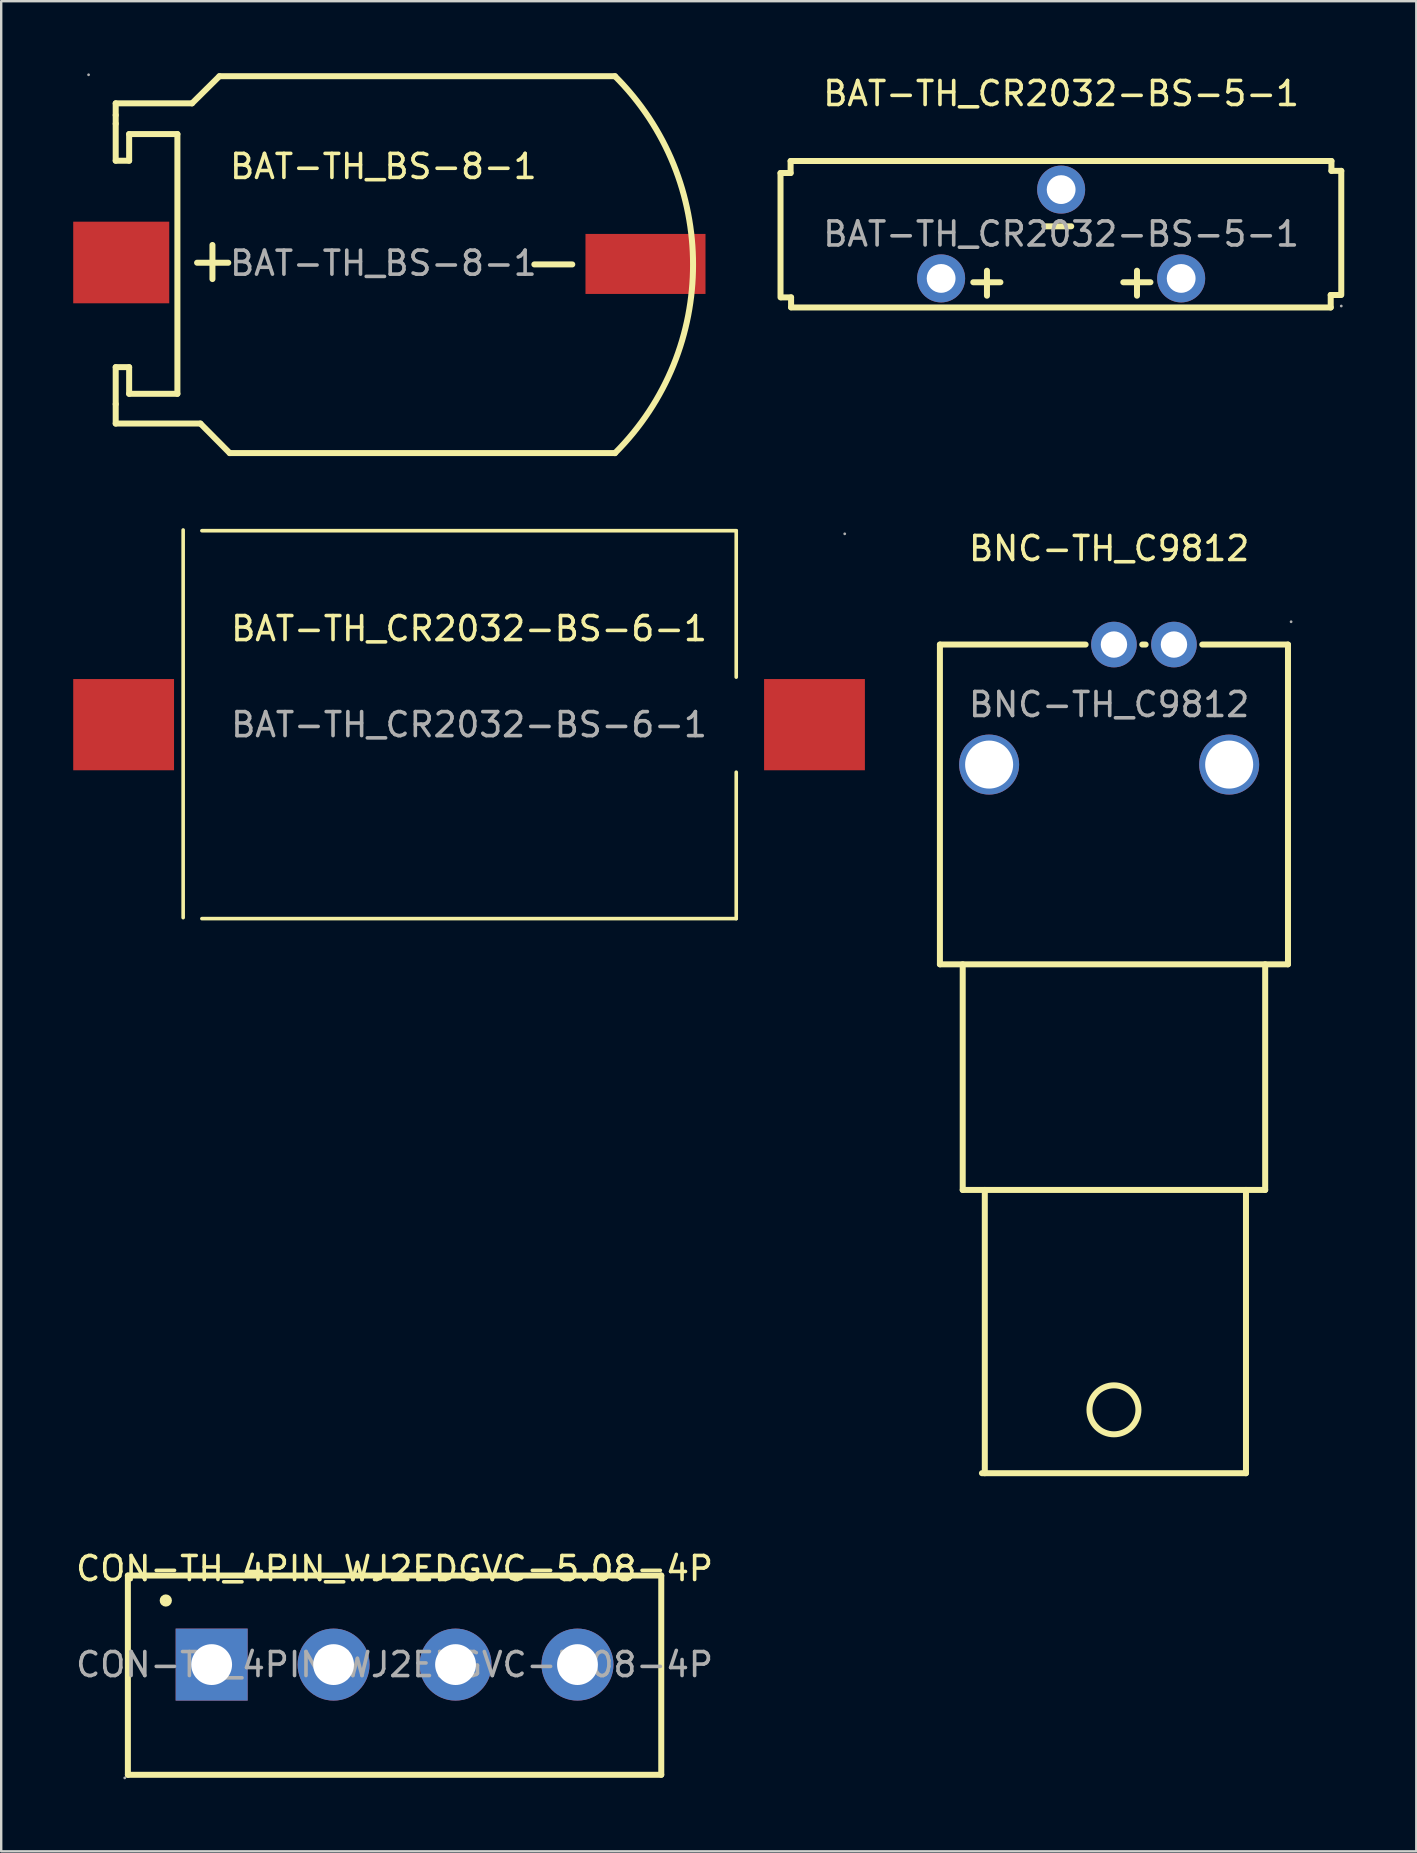
<source format=kicad_pcb>
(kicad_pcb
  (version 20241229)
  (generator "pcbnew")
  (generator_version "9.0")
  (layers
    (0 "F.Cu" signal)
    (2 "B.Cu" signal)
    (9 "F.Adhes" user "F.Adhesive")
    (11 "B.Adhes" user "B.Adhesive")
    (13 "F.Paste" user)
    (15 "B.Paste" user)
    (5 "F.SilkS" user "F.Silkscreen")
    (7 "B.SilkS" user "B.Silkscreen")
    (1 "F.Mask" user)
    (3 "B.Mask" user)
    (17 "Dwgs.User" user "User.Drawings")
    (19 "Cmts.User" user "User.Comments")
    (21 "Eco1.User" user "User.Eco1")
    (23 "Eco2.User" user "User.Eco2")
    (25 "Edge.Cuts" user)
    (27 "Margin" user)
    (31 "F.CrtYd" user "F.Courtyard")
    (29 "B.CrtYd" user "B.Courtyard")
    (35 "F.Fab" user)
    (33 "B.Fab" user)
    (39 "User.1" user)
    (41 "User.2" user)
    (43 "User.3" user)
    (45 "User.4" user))
  (footprint "BAT-TH_CR2032-BS-6-1"
    (layer "F.Cu")
    (at 16.49 27.138)
    (property "Reference" "BAT-TH_CR2032-BS-6-1" (at 0 -4 0) (layer "F.SilkS") (effects (font (size 1 1) (thickness 0.15))))
    (attr through_hole)
    (fp_line (start -11.91 -8.11) (end -11.91 8.04) (stroke (width 0.15) (type solid)) (layer "F.SilkS"))
    (fp_line (start -11.13 -8.08) (end 11.13 -8.08) (stroke (width 0.15) (type solid)) (layer "F.SilkS"))
    (fp_line (start -11.13 8.08) (end 11.13 8.08) (stroke (width 0.15) (type solid)) (layer "F.SilkS"))
    (fp_line (start 11.13 -8.08) (end 11.13 -1.98) (stroke (width 0.15) (type solid)) (layer "F.SilkS"))
    (fp_line (start 11.13 8.08) (end 11.13 1.98) (stroke (width 0.15) (type solid)) (layer "F.SilkS"))
    (fp_circle (center 15.65 -7.95) (end 15.68 -7.95) (stroke (width 0.06) (type solid)) (fill no) (layer "F.Fab"))
    (fp_text user "${REFERENCE}" (at 0 0 0) (layer "F.Fab") (effects (font (size 1 1) (thickness 0.15))))
    (pad "1" smd rect (at 14.39 0) (size 4.2 3.8) (layers "F.Cu" "F.Mask" "F.Paste"))
    (pad "2" smd rect (at -14.39 0) (size 4.2 3.8) (layers "F.Cu" "F.Mask" "F.Paste")))
  (footprint "CON-TH_4PIN_WJ2EDGVC-5.08-4P"
    (layer "F.Cu")
    (at 13.387 66.294)
    (property "Reference" "CON-TH_4PIN_WJ2EDGVC-5.08-4P" (at 0 -4 0) (layer "F.SilkS") (effects (font (size 1 1) (thickness 0.15))))
    (attr through_hole)
    (fp_line (start -11.11 -3.71) (end 11.11 -3.71) (stroke (width 0.25) (type solid)) (layer "F.SilkS"))
    (fp_line (start -11.11 4.59) (end -11.11 -3.71) (stroke (width 0.25) (type solid)) (layer "F.SilkS"))
    (fp_line (start -11.11 4.59) (end 11.11 4.59) (stroke (width 0.25) (type solid)) (layer "F.SilkS"))
    (fp_line (start 11.11 4.59) (end 11.11 -3.71) (stroke (width 0.25) (type solid)) (layer "F.SilkS"))
    (fp_circle (center -9.53 -2.67) (end -9.4 -2.67) (stroke (width 0.25) (type solid)) (fill no) (layer "F.SilkS"))
    (fp_circle (center -11.24 4.72) (end -11.21 4.72) (stroke (width 0.06) (type solid)) (fill no) (layer "F.Fab"))
    (fp_circle (center -7.62 0) (end -7.24 0) (stroke (width 0.75) (type solid)) (fill no) (layer "F.Fab"))
    (fp_circle (center -2.54 0) (end -2.16 0) (stroke (width 0.75) (type solid)) (fill no) (layer "F.Fab"))
    (fp_circle (center 2.54 0) (end 2.92 0) (stroke (width 0.75) (type solid)) (fill no) (layer "F.Fab"))
    (fp_circle (center 7.62 0) (end 8 0) (stroke (width 0.75) (type solid)) (fill no) (layer "F.Fab"))
    (fp_text user "${REFERENCE}" (at 0 0 0) (layer "F.Fab") (effects (font (size 1 1) (thickness 0.15))))
    (pad "1" thru_hole rect (at -7.62 0) (size 3 3) (drill 1.7) (layers "*.Cu" "*.Paste" "*.Mask"))
    (pad "2" thru_hole circle (at -2.54 0) (size 3 3) (drill 1.7) (layers "*.Cu" "*.Paste" "*.Mask"))
    (pad "3" thru_hole circle (at 2.54 0) (size 3 3) (drill 1.7) (layers "*.Cu" "*.Paste" "*.Mask"))
    (pad "4" thru_hole circle (at 7.62 0) (size 3 3) (drill 1.7) (layers "*.Cu" "*.Paste" "*.Mask")))
  (footprint "BNC-TH_C9812"
    (layer "F.Cu")
    (at 43.155 26.301)
    (property "Reference" "BNC-TH_C9812" (at 0 -6.5 0) (layer "F.SilkS") (effects (font (size 1 1) (thickness 0.15))))
    (attr through_hole)
    (fp_line (start -7.05 10.82) (end -7.05 -2.5) (stroke (width 0.25) (type solid)) (layer "F.SilkS"))
    (fp_line (start -6.1 20.22) (end -6.1 10.82) (stroke (width 0.25) (type solid)) (layer "F.SilkS"))
    (fp_line (start -5.18 32.02) (end -5.18 20.22) (stroke (width 0.25) (type solid)) (layer "F.SilkS"))
    (fp_line (start -0.98 -2.5) (end -7.05 -2.5) (stroke (width 0.25) (type solid)) (layer "F.SilkS"))
    (fp_line (start 1.52 -2.5) (end 1.38 -2.5) (stroke (width 0.25) (type solid)) (layer "F.SilkS"))
    (fp_line (start 5.7 32.02) (end -5.3 32.02) (stroke (width 0.25) (type solid)) (layer "F.SilkS"))
    (fp_line (start 5.7 32.02) (end 5.7 20.22) (stroke (width 0.25) (type solid)) (layer "F.SilkS"))
    (fp_line (start 6.5 20.22) (end -6.1 20.22) (stroke (width 0.25) (type solid)) (layer "F.SilkS"))
    (fp_line (start 6.5 20.22) (end 6.5 10.82) (stroke (width 0.25) (type solid)) (layer "F.SilkS"))
    (fp_line (start 7.45 -2.5) (end 3.88 -2.5) (stroke (width 0.25) (type solid)) (layer "F.SilkS"))
    (fp_line (start 7.45 10.82) (end -7.05 10.82) (stroke (width 0.25) (type solid)) (layer "F.SilkS"))
    (fp_line (start 7.45 10.82) (end 7.45 -2.5) (stroke (width 0.25) (type solid)) (layer "F.SilkS"))
    (fp_circle (center 0.2 29.38) (end 1.22 29.38) (stroke (width 0.25) (type solid)) (fill no) (layer "F.SilkS"))
    (fp_circle (center -5 2.5) (end -4.55 2.5) (stroke (width 0.9) (type solid)) (fill no) (layer "F.Fab"))
    (fp_circle (center 0.2 -2.5) (end 0.43 -2.5) (stroke (width 0.45) (type solid)) (fill no) (layer "F.Fab"))
    (fp_circle (center 2.7 -2.5) (end 2.93 -2.5) (stroke (width 0.45) (type solid)) (fill no) (layer "F.Fab"))
    (fp_circle (center 5 2.5) (end 5.45 2.5) (stroke (width 0.9) (type solid)) (fill no) (layer "F.Fab"))
    (fp_circle (center 7.58 -3.45) (end 7.61 -3.45) (stroke (width 0.06) (type solid)) (fill no) (layer "F.Fab"))
    (fp_text user "${REFERENCE}" (at 0 0 0) (layer "F.Fab") (effects (font (size 1 1) (thickness 0.15))))
    (pad "1" thru_hole circle (at 0.2 -2.5) (size 1.9 1.9) (drill 1.1) (layers "*.Cu" "*.Paste" "*.Mask"))
    (pad "2" thru_hole circle (at 2.7 -2.5) (size 1.9 1.9) (drill 1.1) (layers "*.Cu" "*.Paste" "*.Mask"))
    (pad "3" thru_hole circle (at -5 2.5) (size 2.5 2.5) (drill 2) (layers "*.Cu" "*.Paste" "*.Mask"))
    (pad "4" thru_hole circle (at 5 2.5) (size 2.5 2.5) (drill 2) (layers "*.Cu" "*.Paste" "*.Mask")))
  (footprint "BAT-TH_BS-8-1"
    (layer "F.Cu")
    (at 12.92 7.915)
    (property "Reference" "BAT-TH_BS-8-1" (at 0 -4.03 0) (layer "F.SilkS") (effects (font (size 1 1) (thickness 0.15))))
    (attr through_hole)
    (fp_line (start -11.15 -6.66) (end -7.97 -6.66) (stroke (width 0.25) (type solid)) (layer "F.SilkS"))
    (fp_line (start -11.15 -6.17) (end -11.15 -6.66) (stroke (width 0.25) (type solid)) (layer "F.SilkS"))
    (fp_line (start -11.15 -5.81) (end -11.15 -6.17) (stroke (width 0.25) (type solid)) (layer "F.SilkS"))
    (fp_line (start -11.15 -4.27) (end -11.15 -5.81) (stroke (width 0.25) (type solid)) (layer "F.SilkS"))
    (fp_line (start -11.15 4.33) (end -10.59 4.33) (stroke (width 0.25) (type solid)) (layer "F.SilkS"))
    (fp_line (start -11.15 5.87) (end -11.15 4.33) (stroke (width 0.25) (type solid)) (layer "F.SilkS"))
    (fp_line (start -11.15 6.68) (end -11.15 5.87) (stroke (width 0.25) (type solid)) (layer "F.SilkS"))
    (fp_line (start -10.59 -5.38) (end -10.59 -4.27) (stroke (width 0.25) (type solid)) (layer "F.SilkS"))
    (fp_line (start -10.59 -4.27) (end -11.15 -4.27) (stroke (width 0.25) (type solid)) (layer "F.SilkS"))
    (fp_line (start -10.59 4.33) (end -10.59 5.44) (stroke (width 0.25) (type solid)) (layer "F.SilkS"))
    (fp_line (start -10.59 5.44) (end -8.58 5.44) (stroke (width 0.25) (type solid)) (layer "F.SilkS"))
    (fp_line (start -8.58 -5.38) (end -10.59 -5.38) (stroke (width 0.25) (type solid)) (layer "F.SilkS"))
    (fp_line (start -8.58 5.44) (end -8.58 -5.38) (stroke (width 0.25) (type solid)) (layer "F.SilkS"))
    (fp_line (start -7.97 -6.66) (end -6.83 -7.79) (stroke (width 0.25) (type solid)) (layer "F.SilkS"))
    (fp_line (start -7.76 -0.02) (end -6.46 -0.02) (stroke (width 0.25) (type solid)) (layer "F.SilkS"))
    (fp_line (start -7.62 6.68) (end -11.15 6.68) (stroke (width 0.25) (type solid)) (layer "F.SilkS"))
    (fp_line (start -7.12 0.66) (end -7.12 -0.76) (stroke (width 0.25) (type solid)) (layer "F.SilkS"))
    (fp_line (start -6.83 -7.79) (end 9.65 -7.79) (stroke (width 0.25) (type solid)) (layer "F.SilkS"))
    (fp_line (start -6.4 7.91) (end -7.62 6.68) (stroke (width 0.25) (type solid)) (layer "F.SilkS"))
    (fp_line (start 6.29 0.05) (end 7.87 0.05) (stroke (width 0.25) (type solid)) (layer "F.SilkS"))
    (fp_line (start 9.65 7.91) (end -6.4 7.91) (stroke (width 0.25) (type solid)) (layer "F.SilkS"))
    (fp_arc (start 9.65 -7.79) (mid 12.901576 0.061938) (end 9.647259 7.91274) (stroke (width 0.25) (type solid)) (layer "F.SilkS"))
    (fp_circle (center -12.28 -7.85) (end -12.25 -7.85) (stroke (width 0.06) (type solid)) (fill no) (layer "F.Fab"))
    (fp_text user "${REFERENCE}" (at 0 0 0) (layer "F.Fab") (effects (font (size 1 1) (thickness 0.15))))
    (pad "1" smd rect (at -10.92 -0.03) (size 4 3.4) (layers "F.Cu" "F.Mask" "F.Paste"))
    (pad "2" smd rect (at 10.92 0.03) (size 5 2.5) (layers "F.Cu" "F.Mask" "F.Paste")))
  (footprint "BAT-TH_CR2032-BS-5-1"
    (layer "F.Cu")
    (at 41.155 6.698)
    (property "Reference" "BAT-TH_CR2032-BS-5-1" (at 0 -5.85 0) (layer "F.SilkS") (effects (font (size 1 1) (thickness 0.15))))
    (attr through_hole)
    (fp_line (start -11.69 -2.54) (end -11.27 -2.54) (stroke (width 0.25) (type solid)) (layer "F.SilkS"))
    (fp_line (start -11.69 2.64) (end -11.69 -2.54) (stroke (width 0.25) (type solid)) (layer "F.SilkS"))
    (fp_line (start -11.66 2.64) (end -11.25 2.64) (stroke (width 0.25) (type solid)) (layer "F.SilkS"))
    (fp_line (start -11.27 -3.04) (end 11.26 -3.04) (stroke (width 0.25) (type solid)) (layer "F.SilkS"))
    (fp_line (start -11.27 -2.54) (end -11.27 -3.04) (stroke (width 0.25) (type solid)) (layer "F.SilkS"))
    (fp_line (start -11.25 2.64) (end -11.25 3.05) (stroke (width 0.25) (type solid)) (layer "F.SilkS"))
    (fp_line (start -11.25 3.06) (end 11.23 3.06) (stroke (width 0.25) (type solid)) (layer "F.SilkS"))
    (fp_line (start -3.66 2.01) (end -2.53 2.01) (stroke (width 0.25) (type solid)) (layer "F.SilkS"))
    (fp_line (start -3.09 2.57) (end -3.09 1.53) (stroke (width 0.25) (type solid)) (layer "F.SilkS"))
    (fp_line (start -0.7 -0.32) (end 0.42 -0.32) (stroke (width 0.25) (type solid)) (layer "F.SilkS"))
    (fp_line (start 2.59 2.01) (end 3.72 2.01) (stroke (width 0.25) (type solid)) (layer "F.SilkS"))
    (fp_line (start 3.16 2.57) (end 3.16 1.53) (stroke (width 0.25) (type solid)) (layer "F.SilkS"))
    (fp_line (start 11.23 2.54) (end 11.64 2.54) (stroke (width 0.25) (type solid)) (layer "F.SilkS"))
    (fp_line (start 11.23 3.06) (end 11.23 2.54) (stroke (width 0.25) (type solid)) (layer "F.SilkS"))
    (fp_line (start 11.26 -3.04) (end 11.26 -2.63) (stroke (width 0.25) (type solid)) (layer "F.SilkS"))
    (fp_line (start 11.26 -2.63) (end 11.67 -2.63) (stroke (width 0.25) (type solid)) (layer "F.SilkS"))
    (fp_line (start 11.67 -2.63) (end 11.67 2.54) (stroke (width 0.25) (type solid)) (layer "F.SilkS"))
    (fp_circle (center 11.67 3) (end 11.7 3) (stroke (width 0.06) (type solid)) (fill no) (layer "F.Fab"))
    (fp_text user "${REFERENCE}" (at 0 0 0) (layer "F.Fab") (effects (font (size 1 1) (thickness 0.15))))
    (pad "1" thru_hole circle (at -5 1.85 180) (size 2 2) (drill 1.2) (layers "*.Cu" "*.Paste" "*.Mask"))
    (pad "1" thru_hole circle (at 5 1.85 180) (size 2 2) (drill 1.2) (layers "*.Cu" "*.Paste" "*.Mask"))
    (pad "2" thru_hole circle (at 0 -1.85 180) (size 2 2) (drill 1.2) (layers "*.Cu" "*.Paste" "*.Mask")))
  (gr_rect
    (start -3 -3)
    (end 55.95 74.074)
    (stroke (width 0.1) (type default))
    (fill no)
    (layer "Edge.Cuts")))
</source>
